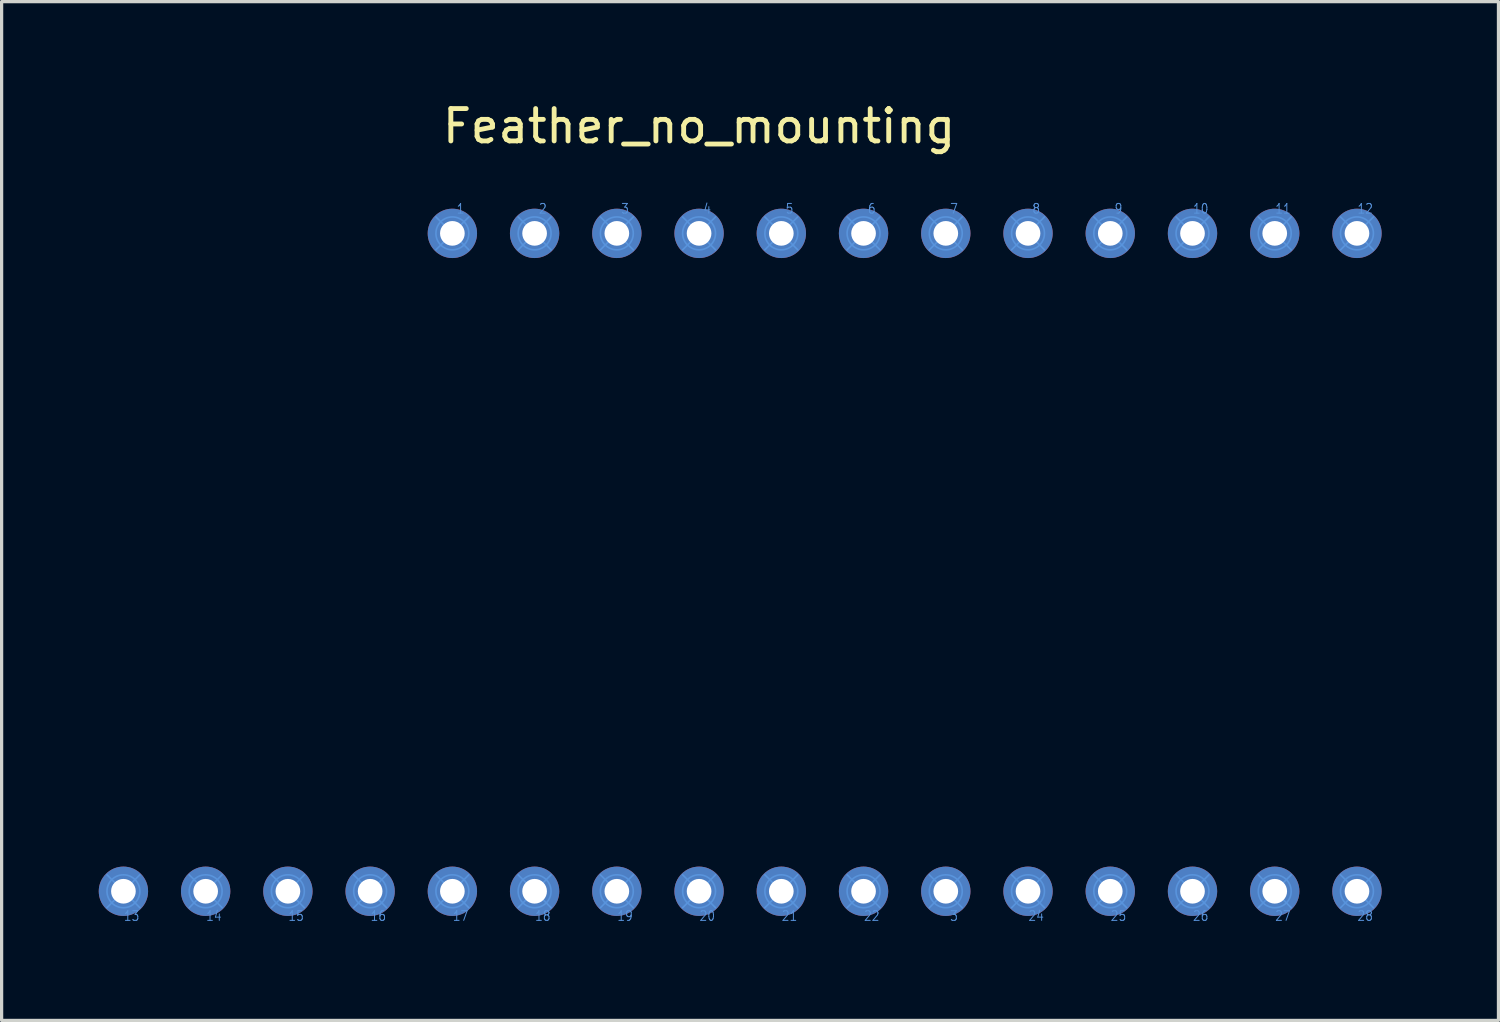
<source format=kicad_pcb>
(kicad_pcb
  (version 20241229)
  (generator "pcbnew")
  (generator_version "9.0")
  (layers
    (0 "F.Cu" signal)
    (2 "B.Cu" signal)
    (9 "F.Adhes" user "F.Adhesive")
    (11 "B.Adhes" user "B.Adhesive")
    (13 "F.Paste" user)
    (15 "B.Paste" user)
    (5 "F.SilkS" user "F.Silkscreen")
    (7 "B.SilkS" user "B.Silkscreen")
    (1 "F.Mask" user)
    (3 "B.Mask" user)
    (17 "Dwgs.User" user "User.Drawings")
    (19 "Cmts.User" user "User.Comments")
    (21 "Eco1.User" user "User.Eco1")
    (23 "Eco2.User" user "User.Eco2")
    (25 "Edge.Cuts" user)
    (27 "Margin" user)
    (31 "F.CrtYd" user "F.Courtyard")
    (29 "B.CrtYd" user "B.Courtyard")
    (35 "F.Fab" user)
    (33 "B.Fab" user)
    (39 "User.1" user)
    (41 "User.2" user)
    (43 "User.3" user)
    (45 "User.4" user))
  (footprint "Feather_no_mounting"
    (layer "F.Cu")
    (at 18.542 0.348)
    (property "Reference" "Feather_no_mounting" (at 0 0.5 0) (layer "F.SilkS") (effects (font (size 1 1) (thickness 0.15))))
    (attr through_hole)
    (fp_line (start -18.288 23.622) (end -17.272 24.638) (stroke (width 0.05) (type solid)) (layer "Cmts.User"))
    (fp_line (start -18.288 24.638) (end -17.272 23.622) (stroke (width 0.05) (type solid)) (layer "Cmts.User"))
    (fp_line (start -15.748 23.622) (end -14.732 24.638) (stroke (width 0.05) (type solid)) (layer "Cmts.User"))
    (fp_line (start -15.748 24.638) (end -14.732 23.622) (stroke (width 0.05) (type solid)) (layer "Cmts.User"))
    (fp_line (start -13.208 23.622) (end -12.192 24.638) (stroke (width 0.05) (type solid)) (layer "Cmts.User"))
    (fp_line (start -13.208 24.638) (end -12.192 23.622) (stroke (width 0.05) (type solid)) (layer "Cmts.User"))
    (fp_line (start -10.668 23.622) (end -9.652 24.638) (stroke (width 0.05) (type solid)) (layer "Cmts.User"))
    (fp_line (start -10.668 24.638) (end -9.652 23.622) (stroke (width 0.05) (type solid)) (layer "Cmts.User"))
    (fp_line (start -8.128 3.302) (end -7.112 4.318) (stroke (width 0.05) (type solid)) (layer "Cmts.User"))
    (fp_line (start -8.128 4.318) (end -7.112 3.302) (stroke (width 0.05) (type solid)) (layer "Cmts.User"))
    (fp_line (start -8.128 23.622) (end -7.112 24.638) (stroke (width 0.05) (type solid)) (layer "Cmts.User"))
    (fp_line (start -8.128 24.638) (end -7.112 23.622) (stroke (width 0.05) (type solid)) (layer "Cmts.User"))
    (fp_line (start -5.588 3.302) (end -4.572 4.318) (stroke (width 0.05) (type solid)) (layer "Cmts.User"))
    (fp_line (start -5.588 4.318) (end -4.572 3.302) (stroke (width 0.05) (type solid)) (layer "Cmts.User"))
    (fp_line (start -5.588 23.622) (end -4.572 24.638) (stroke (width 0.05) (type solid)) (layer "Cmts.User"))
    (fp_line (start -5.588 24.638) (end -4.572 23.622) (stroke (width 0.05) (type solid)) (layer "Cmts.User"))
    (fp_line (start -3.048 3.302) (end -2.032 4.318) (stroke (width 0.05) (type solid)) (layer "Cmts.User"))
    (fp_line (start -3.048 4.318) (end -2.032 3.302) (stroke (width 0.05) (type solid)) (layer "Cmts.User"))
    (fp_line (start -3.048 23.622) (end -2.032 24.638) (stroke (width 0.05) (type solid)) (layer "Cmts.User"))
    (fp_line (start -3.048 24.638) (end -2.032 23.622) (stroke (width 0.05) (type solid)) (layer "Cmts.User"))
    (fp_line (start -0.508 3.302) (end 0.508 4.318) (stroke (width 0.05) (type solid)) (layer "Cmts.User"))
    (fp_line (start -0.508 4.318) (end 0.508 3.302) (stroke (width 0.05) (type solid)) (layer "Cmts.User"))
    (fp_line (start -0.508 23.622) (end 0.508 24.638) (stroke (width 0.05) (type solid)) (layer "Cmts.User"))
    (fp_line (start -0.508 24.638) (end 0.508 23.622) (stroke (width 0.05) (type solid)) (layer "Cmts.User"))
    (fp_line (start 2.032 3.302) (end 3.048 4.318) (stroke (width 0.05) (type solid)) (layer "Cmts.User"))
    (fp_line (start 2.032 4.318) (end 3.048 3.302) (stroke (width 0.05) (type solid)) (layer "Cmts.User"))
    (fp_line (start 2.032 23.622) (end 3.048 24.638) (stroke (width 0.05) (type solid)) (layer "Cmts.User"))
    (fp_line (start 2.032 24.638) (end 3.048 23.622) (stroke (width 0.05) (type solid)) (layer "Cmts.User"))
    (fp_line (start 4.572 3.302) (end 5.588 4.318) (stroke (width 0.05) (type solid)) (layer "Cmts.User"))
    (fp_line (start 4.572 4.318) (end 5.588 3.302) (stroke (width 0.05) (type solid)) (layer "Cmts.User"))
    (fp_line (start 4.572 23.622) (end 5.588 24.638) (stroke (width 0.05) (type solid)) (layer "Cmts.User"))
    (fp_line (start 4.572 24.638) (end 5.588 23.622) (stroke (width 0.05) (type solid)) (layer "Cmts.User"))
    (fp_line (start 7.112 3.302) (end 8.128 4.318) (stroke (width 0.05) (type solid)) (layer "Cmts.User"))
    (fp_line (start 7.112 4.318) (end 8.128 3.302) (stroke (width 0.05) (type solid)) (layer "Cmts.User"))
    (fp_line (start 7.112 23.622) (end 8.128 24.638) (stroke (width 0.05) (type solid)) (layer "Cmts.User"))
    (fp_line (start 7.112 24.638) (end 8.128 23.622) (stroke (width 0.05) (type solid)) (layer "Cmts.User"))
    (fp_line (start 9.652 3.302) (end 10.668 4.318) (stroke (width 0.05) (type solid)) (layer "Cmts.User"))
    (fp_line (start 9.652 4.318) (end 10.668 3.302) (stroke (width 0.05) (type solid)) (layer "Cmts.User"))
    (fp_line (start 9.652 23.622) (end 10.668 24.638) (stroke (width 0.05) (type solid)) (layer "Cmts.User"))
    (fp_line (start 9.652 24.638) (end 10.668 23.622) (stroke (width 0.05) (type solid)) (layer "Cmts.User"))
    (fp_line (start 12.192 3.302) (end 13.208 4.318) (stroke (width 0.05) (type solid)) (layer "Cmts.User"))
    (fp_line (start 12.192 4.318) (end 13.208 3.302) (stroke (width 0.05) (type solid)) (layer "Cmts.User"))
    (fp_line (start 12.192 23.622) (end 13.208 24.638) (stroke (width 0.05) (type solid)) (layer "Cmts.User"))
    (fp_line (start 12.192 24.638) (end 13.208 23.622) (stroke (width 0.05) (type solid)) (layer "Cmts.User"))
    (fp_line (start 14.732 3.302) (end 15.748 4.318) (stroke (width 0.05) (type solid)) (layer "Cmts.User"))
    (fp_line (start 14.732 4.318) (end 15.748 3.302) (stroke (width 0.05) (type solid)) (layer "Cmts.User"))
    (fp_line (start 14.732 23.622) (end 15.748 24.638) (stroke (width 0.05) (type solid)) (layer "Cmts.User"))
    (fp_line (start 14.732 24.638) (end 15.748 23.622) (stroke (width 0.05) (type solid)) (layer "Cmts.User"))
    (fp_line (start 17.272 3.302) (end 18.288 4.318) (stroke (width 0.05) (type solid)) (layer "Cmts.User"))
    (fp_line (start 17.272 4.318) (end 18.288 3.302) (stroke (width 0.05) (type solid)) (layer "Cmts.User"))
    (fp_line (start 17.272 23.622) (end 18.288 24.638) (stroke (width 0.05) (type solid)) (layer "Cmts.User"))
    (fp_line (start 17.272 24.638) (end 18.288 23.622) (stroke (width 0.05) (type solid)) (layer "Cmts.User"))
    (fp_line (start 19.812 3.302) (end 20.828 4.318) (stroke (width 0.05) (type solid)) (layer "Cmts.User"))
    (fp_line (start 19.812 4.318) (end 20.828 3.302) (stroke (width 0.05) (type solid)) (layer "Cmts.User"))
    (fp_line (start 19.812 23.622) (end 20.828 24.638) (stroke (width 0.05) (type solid)) (layer "Cmts.User"))
    (fp_line (start 19.812 24.638) (end 20.828 23.622) (stroke (width 0.05) (type solid)) (layer "Cmts.User"))
    (fp_circle (center -17.78 24.13) (end -17.272 24.13) (stroke (width 0.05) (type solid)) (fill no) (layer "Cmts.User"))
    (fp_circle (center -15.24 24.13) (end -14.732 24.13) (stroke (width 0.05) (type solid)) (fill no) (layer "Cmts.User"))
    (fp_circle (center -12.7 24.13) (end -12.192 24.13) (stroke (width 0.05) (type solid)) (fill no) (layer "Cmts.User"))
    (fp_circle (center -10.16 24.13) (end -9.652 24.13) (stroke (width 0.05) (type solid)) (fill no) (layer "Cmts.User"))
    (fp_circle (center -7.62 3.81) (end -7.112 3.81) (stroke (width 0.05) (type solid)) (fill no) (layer "Cmts.User"))
    (fp_circle (center -7.62 24.13) (end -7.112 24.13) (stroke (width 0.05) (type solid)) (fill no) (layer "Cmts.User"))
    (fp_circle (center -5.08 3.81) (end -4.572 3.81) (stroke (width 0.05) (type solid)) (fill no) (layer "Cmts.User"))
    (fp_circle (center -5.08 24.13) (end -4.572 24.13) (stroke (width 0.05) (type solid)) (fill no) (layer "Cmts.User"))
    (fp_circle (center -2.54 3.81) (end -2.032 3.81) (stroke (width 0.05) (type solid)) (fill no) (layer "Cmts.User"))
    (fp_circle (center -2.54 24.13) (end -2.032 24.13) (stroke (width 0.05) (type solid)) (fill no) (layer "Cmts.User"))
    (fp_circle (center 0 3.81) (end 0.508 3.81) (stroke (width 0.05) (type solid)) (fill no) (layer "Cmts.User"))
    (fp_circle (center 0 24.13) (end 0.508 24.13) (stroke (width 0.05) (type solid)) (fill no) (layer "Cmts.User"))
    (fp_circle (center 2.54 3.81) (end 3.048 3.81) (stroke (width 0.05) (type solid)) (fill no) (layer "Cmts.User"))
    (fp_circle (center 2.54 24.13) (end 3.048 24.13) (stroke (width 0.05) (type solid)) (fill no) (layer "Cmts.User"))
    (fp_circle (center 5.08 3.81) (end 5.588 3.81) (stroke (width 0.05) (type solid)) (fill no) (layer "Cmts.User"))
    (fp_circle (center 5.08 24.13) (end 5.588 24.13) (stroke (width 0.05) (type solid)) (fill no) (layer "Cmts.User"))
    (fp_circle (center 7.62 3.81) (end 8.128 3.81) (stroke (width 0.05) (type solid)) (fill no) (layer "Cmts.User"))
    (fp_circle (center 7.62 24.13) (end 8.128 24.13) (stroke (width 0.05) (type solid)) (fill no) (layer "Cmts.User"))
    (fp_circle (center 10.16 3.81) (end 10.668 3.81) (stroke (width 0.05) (type solid)) (fill no) (layer "Cmts.User"))
    (fp_circle (center 10.16 24.13) (end 10.668 24.13) (stroke (width 0.05) (type solid)) (fill no) (layer "Cmts.User"))
    (fp_circle (center 12.7 3.81) (end 13.208 3.81) (stroke (width 0.05) (type solid)) (fill no) (layer "Cmts.User"))
    (fp_circle (center 12.7 24.13) (end 13.208 24.13) (stroke (width 0.05) (type solid)) (fill no) (layer "Cmts.User"))
    (fp_circle (center 15.24 3.81) (end 15.748 3.81) (stroke (width 0.05) (type solid)) (fill no) (layer "Cmts.User"))
    (fp_circle (center 15.24 24.13) (end 15.748 24.13) (stroke (width 0.05) (type solid)) (fill no) (layer "Cmts.User"))
    (fp_circle (center 17.78 3.81) (end 18.288 3.81) (stroke (width 0.05) (type solid)) (fill no) (layer "Cmts.User"))
    (fp_circle (center 17.78 24.13) (end 18.288 24.13) (stroke (width 0.05) (type solid)) (fill no) (layer "Cmts.User"))
    (fp_circle (center 20.32 3.81) (end 20.828 3.81) (stroke (width 0.05) (type solid)) (fill no) (layer "Cmts.User"))
    (fp_circle (center 20.32 24.13) (end 20.828 24.13) (stroke (width 0.05) (type solid)) (fill no) (layer "Cmts.User"))
    (fp_text user "2" (at -4.826 3.048 0) (layer "Cmts.User") (effects (font (size 0.3 0.25) (thickness 0.03))))
    (fp_text user "1" (at -7.366 3.048 0) (layer "Cmts.User") (effects (font (size 0.3 0.25) (thickness 0.03))))
    (fp_text user "6" (at 5.334 3.048 0) (layer "Cmts.User") (effects (font (size 0.3 0.25) (thickness 0.03))))
    (fp_text user "25" (at 12.954 24.892 0) (layer "Cmts.User") (effects (font (size 0.3 0.25) (thickness 0.03))))
    (fp_text user "27" (at 18.034 24.892 0) (layer "Cmts.User") (effects (font (size 0.3 0.25) (thickness 0.03))))
    (fp_text user "20" (at 0.254 24.892 0) (layer "Cmts.User") (effects (font (size 0.3 0.25) (thickness 0.03))))
    (fp_text user "3" (at -2.286 3.048 0) (layer "Cmts.User") (effects (font (size 0.3 0.25) (thickness 0.03))))
    (fp_text user "8" (at 10.414 3.048 0) (layer "Cmts.User") (effects (font (size 0.3 0.25) (thickness 0.03))))
    (fp_text user "11" (at 18.034 3.048 0) (layer "Cmts.User") (effects (font (size 0.3 0.25) (thickness 0.03))))
    (fp_text user "18" (at -4.826 24.892 0) (layer "Cmts.User") (effects (font (size 0.3 0.25) (thickness 0.03))))
    (fp_text user "17" (at -7.366 24.892 0) (layer "Cmts.User") (effects (font (size 0.3 0.25) (thickness 0.03))))
    (fp_text user "14" (at -14.986 24.892 0) (layer "Cmts.User") (effects (font (size 0.3 0.25) (thickness 0.03))))
    (fp_text user "9" (at 12.954 3.048 0) (layer "Cmts.User") (effects (font (size 0.3 0.25) (thickness 0.03))))
    (fp_text user "26" (at 15.494 24.892 0) (layer "Cmts.User") (effects (font (size 0.3 0.25) (thickness 0.03))))
    (fp_text user "22" (at 5.334 24.892 0) (layer "Cmts.User") (effects (font (size 0.3 0.25) (thickness 0.03))))
    (fp_text user "24" (at 10.414 24.892 0) (layer "Cmts.User") (effects (font (size 0.3 0.25) (thickness 0.03))))
    (fp_text user "16" (at -9.906 24.892 0) (layer "Cmts.User") (effects (font (size 0.3 0.25) (thickness 0.03))))
    (fp_text user "4" (at 0.254 3.048 0) (layer "Cmts.User") (effects (font (size 0.3 0.25) (thickness 0.03))))
    (fp_text user "19" (at -2.286 24.892 0) (layer "Cmts.User") (effects (font (size 0.3 0.25) (thickness 0.03))))
    (fp_text user "12" (at 20.574 3.048 0) (layer "Cmts.User") (effects (font (size 0.3 0.25) (thickness 0.03))))
    (fp_text user "5" (at 2.794 3.048 0) (layer "Cmts.User") (effects (font (size 0.3 0.25) (thickness 0.03))))
    (fp_text user "7" (at 7.874 3.048 0) (layer "Cmts.User") (effects (font (size 0.3 0.25) (thickness 0.03))))
    (fp_text user "10" (at 15.494 3.048 0) (layer "Cmts.User") (effects (font (size 0.3 0.25) (thickness 0.03))))
    (fp_text user "13" (at -17.526 24.892 0) (layer "Cmts.User") (effects (font (size 0.3 0.25) (thickness 0.03))))
    (fp_text user "15" (at -12.446 24.892 0) (layer "Cmts.User") (effects (font (size 0.3 0.25) (thickness 0.03))))
    (fp_text user "3" (at 7.874 24.892 0) (layer "Cmts.User") (effects (font (size 0.3 0.25) (thickness 0.03))))
    (fp_text user "28" (at 20.574 24.892 0) (layer "Cmts.User") (effects (font (size 0.3 0.25) (thickness 0.03))))
    (fp_text user "21" (at 2.794 24.892 0) (layer "Cmts.User") (effects (font (size 0.3 0.25) (thickness 0.03))))
    (fp_text user "${REFERENCE}" (at 19.304 22.86 180) (layer "Eco1.User") (effects (font (size 0.3 0.3) (thickness 0.03))))
    (pad "1" thru_hole circle (at -7.62 3.81) (size 1.524 1.524) (drill 0.762) (layers "*.Cu" "*.Mask"))
    (pad "2" thru_hole circle (at -5.08 3.81) (size 1.524 1.524) (drill 0.762) (layers "*.Cu" "*.Mask"))
    (pad "3" thru_hole circle (at -2.54 3.81) (size 1.524 1.524) (drill 0.762) (layers "*.Cu" "*.Mask"))
    (pad "4" thru_hole circle (at 0 3.81) (size 1.524 1.524) (drill 0.762) (layers "*.Cu" "*.Mask"))
    (pad "5" thru_hole circle (at 2.54 3.81) (size 1.524 1.524) (drill 0.762) (layers "*.Cu" "*.Mask"))
    (pad "6" thru_hole circle (at 5.08 3.81) (size 1.524 1.524) (drill 0.762) (layers "*.Cu" "*.Mask"))
    (pad "7" thru_hole circle (at 7.62 3.81) (size 1.524 1.524) (drill 0.762) (layers "*.Cu" "*.Mask"))
    (pad "8" thru_hole circle (at 10.16 3.81) (size 1.524 1.524) (drill 0.762) (layers "*.Cu" "*.Mask"))
    (pad "9" thru_hole circle (at 12.7 3.81) (size 1.524 1.524) (drill 0.762) (layers "*.Cu" "*.Mask"))
    (pad "10" thru_hole circle (at 15.24 3.81) (size 1.524 1.524) (drill 0.762) (layers "*.Cu" "*.Mask"))
    (pad "11" thru_hole circle (at 17.78 3.81) (size 1.524 1.524) (drill 0.762) (layers "*.Cu" "*.Mask"))
    (pad "12" thru_hole circle (at 20.32 3.81) (size 1.524 1.524) (drill 0.762) (layers "*.Cu" "*.Mask"))
    (pad "13" thru_hole circle (at -17.78 24.13) (size 1.524 1.524) (drill 0.762) (layers "*.Cu" "*.Mask"))
    (pad "14" thru_hole circle (at -15.24 24.13) (size 1.524 1.524) (drill 0.762) (layers "*.Cu" "*.Mask"))
    (pad "15" thru_hole circle (at -12.7 24.13) (size 1.524 1.524) (drill 0.762) (layers "*.Cu" "*.Mask"))
    (pad "16" thru_hole circle (at -10.16 24.13) (size 1.524 1.524) (drill 0.762) (layers "*.Cu" "*.Mask"))
    (pad "17" thru_hole circle (at -7.62 24.13) (size 1.524 1.524) (drill 0.762) (layers "*.Cu" "*.Mask"))
    (pad "18" thru_hole circle (at -5.08 24.13) (size 1.524 1.524) (drill 0.762) (layers "*.Cu" "*.Mask"))
    (pad "19" thru_hole circle (at -2.54 24.13) (size 1.524 1.524) (drill 0.762) (layers "*.Cu" "*.Mask"))
    (pad "20" thru_hole circle (at 0 24.13) (size 1.524 1.524) (drill 0.762) (layers "*.Cu" "*.Mask"))
    (pad "21" thru_hole circle (at 2.54 24.13) (size 1.524 1.524) (drill 0.762) (layers "*.Cu" "*.Mask"))
    (pad "22" thru_hole circle (at 5.08 24.13) (size 1.524 1.524) (drill 0.762) (layers "*.Cu" "*.Mask"))
    (pad "23" thru_hole circle (at 7.62 24.13) (size 1.524 1.524) (drill 0.762) (layers "*.Cu" "*.Mask"))
    (pad "24" thru_hole circle (at 10.16 24.13) (size 1.524 1.524) (drill 0.762) (layers "*.Cu" "*.Mask"))
    (pad "25" thru_hole circle (at 12.7 24.13) (size 1.524 1.524) (drill 0.762) (layers "*.Cu" "*.Mask"))
    (pad "26" thru_hole circle (at 15.24 24.13) (size 1.524 1.524) (drill 0.762) (layers "*.Cu" "*.Mask"))
    (pad "27" thru_hole circle (at 17.78 24.13) (size 1.524 1.524) (drill 0.762) (layers "*.Cu" "*.Mask"))
    (pad "28" thru_hole circle (at 20.32 24.13) (size 1.524 1.524) (drill 0.762) (layers "*.Cu" "*.Mask")))
  (gr_rect
    (start -3 -3)
    (end 43.232 28.468)
    (stroke (width 0.1) (type default))
    (fill no)
    (layer "Edge.Cuts")))
</source>
